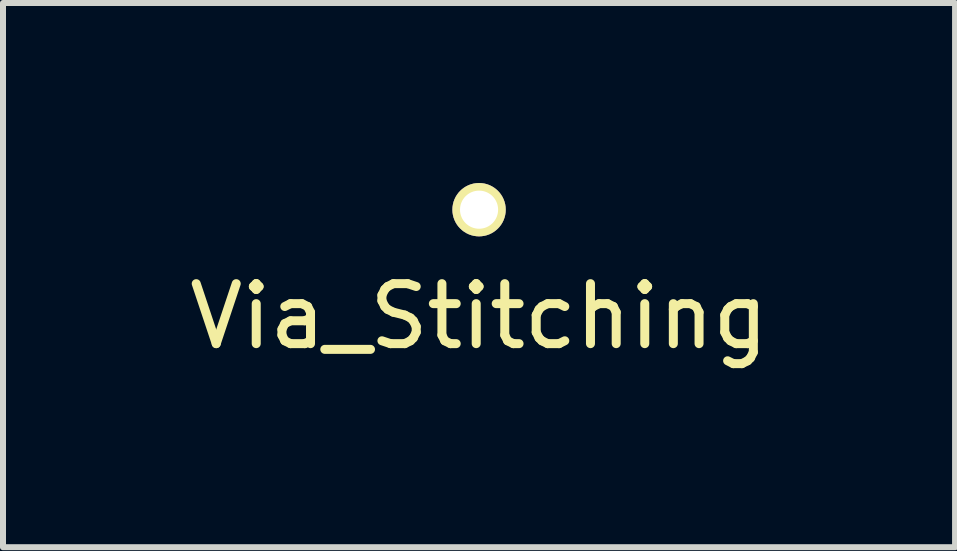
<source format=kicad_pcb>
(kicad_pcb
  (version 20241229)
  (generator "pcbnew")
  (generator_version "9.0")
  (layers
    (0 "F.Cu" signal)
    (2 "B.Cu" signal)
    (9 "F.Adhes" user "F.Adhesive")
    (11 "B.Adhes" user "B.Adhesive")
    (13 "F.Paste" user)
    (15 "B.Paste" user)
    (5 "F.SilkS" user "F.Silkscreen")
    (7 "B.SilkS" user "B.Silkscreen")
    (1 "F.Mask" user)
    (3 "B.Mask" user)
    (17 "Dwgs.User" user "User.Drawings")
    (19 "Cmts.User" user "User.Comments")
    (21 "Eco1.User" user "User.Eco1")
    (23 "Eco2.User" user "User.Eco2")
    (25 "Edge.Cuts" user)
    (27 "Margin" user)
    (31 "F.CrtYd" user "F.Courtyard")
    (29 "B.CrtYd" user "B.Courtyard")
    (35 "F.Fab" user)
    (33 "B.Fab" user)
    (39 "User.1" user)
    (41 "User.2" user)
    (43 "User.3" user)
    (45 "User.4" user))
  (footprint "Via_Stitching"
    (layer "F.Cu")
    (at 4.935 0.445)
    (property "Reference" "Via_Stitching" (at 0 1.778 0) (layer "F.SilkS") (effects (font (size 1 1) (thickness 0.15))))
    (attr through_hole)
    (pad "1" thru_hole circle (at 0 0) (size 0.889 0.889) (drill 0.635) (layers "*.Cu" "*.Mask" "F.SilkS")))
  (gr_rect
    (start -3 -3)
    (end 12.869 6.071)
    (stroke (width 0.1) (type default))
    (fill no)
    (layer "Edge.Cuts")))
</source>
